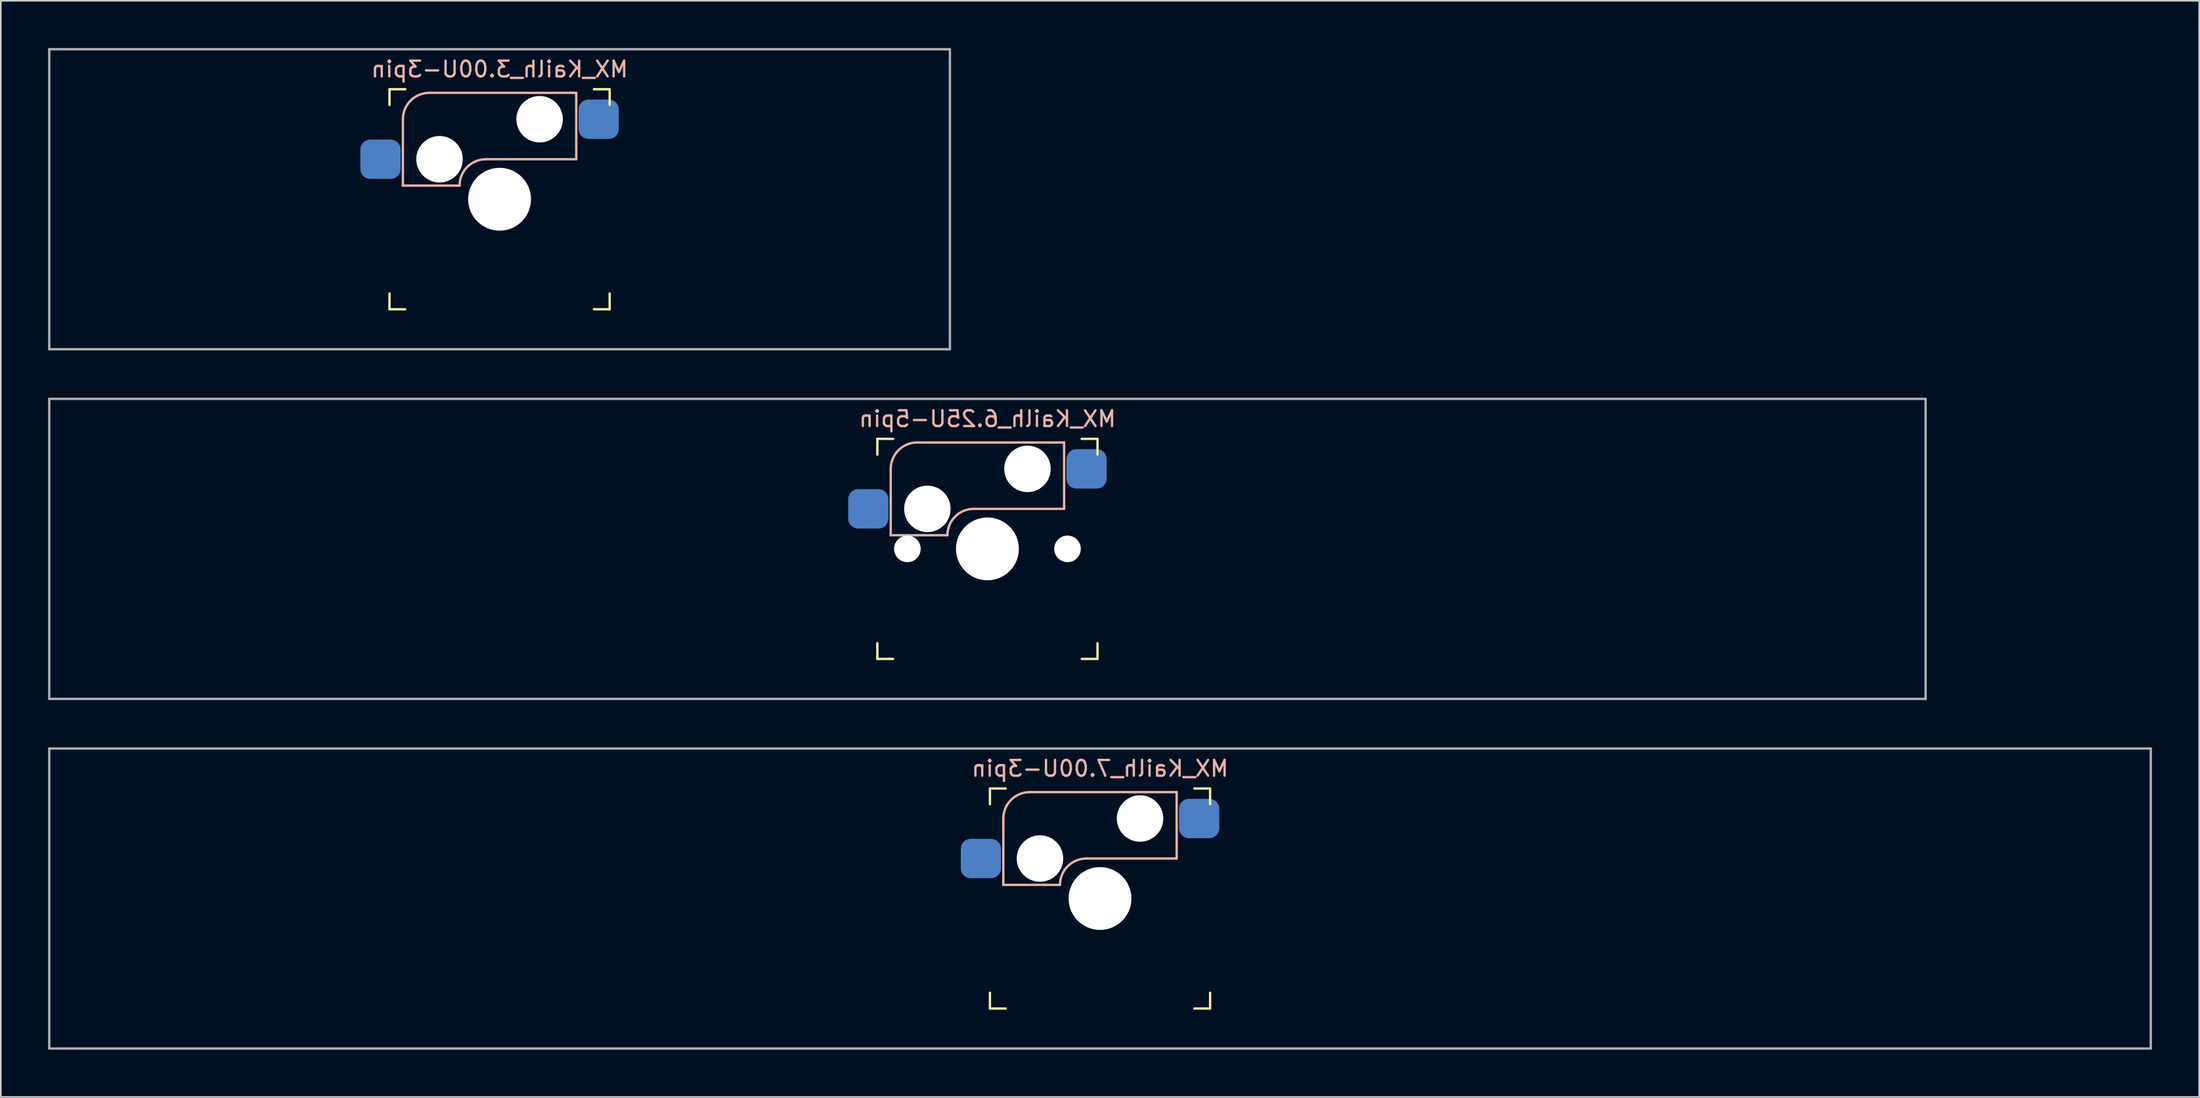
<source format=kicad_pcb>
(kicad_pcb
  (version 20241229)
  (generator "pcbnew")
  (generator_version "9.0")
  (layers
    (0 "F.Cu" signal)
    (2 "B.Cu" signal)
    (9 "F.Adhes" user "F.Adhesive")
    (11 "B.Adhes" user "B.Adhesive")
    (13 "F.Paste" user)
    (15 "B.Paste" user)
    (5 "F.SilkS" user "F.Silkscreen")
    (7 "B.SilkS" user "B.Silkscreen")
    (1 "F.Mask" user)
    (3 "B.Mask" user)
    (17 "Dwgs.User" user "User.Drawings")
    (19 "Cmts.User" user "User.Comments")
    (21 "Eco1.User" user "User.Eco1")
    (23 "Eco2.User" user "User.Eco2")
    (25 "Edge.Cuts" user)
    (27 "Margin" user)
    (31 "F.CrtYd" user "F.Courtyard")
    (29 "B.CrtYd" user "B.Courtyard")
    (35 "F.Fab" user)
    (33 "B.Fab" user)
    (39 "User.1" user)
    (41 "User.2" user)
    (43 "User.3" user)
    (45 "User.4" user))
  (footprint "MX_Kailh_7.00U-3pin"
    (layer "F.Cu")
    (at 66.75 54)
    (property "Reference" "MX_Kailh_7.00U-3pin" (at 0 -8.255 0) (layer "B.SilkS") (effects (font (size 1 1) (thickness 0.15)) (justify mirror)))
    (attr smd)
    (fp_line (start -6.985 -5.985) (end -6.985 -6.985) (stroke (width 0.15) (type solid)) (layer "F.SilkS"))
    (fp_line (start -6.985 6.985) (end -6.985 5.985) (stroke (width 0.15) (type solid)) (layer "F.SilkS"))
    (fp_line (start -6.985 6.985) (end -5.985 6.985) (stroke (width 0.15) (type solid)) (layer "F.SilkS"))
    (fp_line (start -5.985 -6.985) (end -6.985 -6.985) (stroke (width 0.15) (type solid)) (layer "F.SilkS"))
    (fp_line (start 5.985 6.985) (end 6.985 6.985) (stroke (width 0.15) (type solid)) (layer "F.SilkS"))
    (fp_line (start 6.985 -6.985) (end 5.985 -6.985) (stroke (width 0.15) (type solid)) (layer "F.SilkS"))
    (fp_line (start 6.985 -6.985) (end 6.985 -5.985) (stroke (width 0.15) (type solid)) (layer "F.SilkS"))
    (fp_line (start 6.985 5.985) (end 6.985 6.985) (stroke (width 0.15) (type solid)) (layer "F.SilkS"))
    (fp_line (start -6.135 -5.08) (end -6.135 -0.865) (stroke (width 0.15) (type solid)) (layer "B.SilkS"))
    (fp_line (start -6.135 -0.865) (end -2.54 -0.865) (stroke (width 0.15) (type solid)) (layer "B.SilkS"))
    (fp_line (start -4.46 -6.755) (end 4.865 -6.755) (stroke (width 0.15) (type solid)) (layer "B.SilkS"))
    (fp_line (start -0.865 -2.54) (end 4.865 -2.54) (stroke (width 0.15) (type solid)) (layer "B.SilkS"))
    (fp_line (start 4.865 -6.755) (end 4.865 -2.54) (stroke (width 0.15) (type solid)) (layer "B.SilkS"))
    (fp_arc (start -6.135 -5.08) (mid -5.644404 -6.264404) (end -4.46 -6.755) (stroke (width 0.15) (type solid)) (layer "B.SilkS"))
    (fp_arc (start -2.54 -0.865) (mid -2.049404 -2.049404) (end -0.865 -2.54) (stroke (width 0.15) (type solid)) (layer "B.SilkS"))
    (fp_line (start -6.985 6.985) (end -6.985 -6.985) (stroke (width 0.15) (type solid)) (layer "Eco2.User"))
    (fp_line (start -6.985 6.985) (end 6.985 6.985) (stroke (width 0.15) (type solid)) (layer "Eco2.User"))
    (fp_line (start 6.985 -6.985) (end -6.985 -6.985) (stroke (width 0.15) (type solid)) (layer "Eco2.User"))
    (fp_line (start 6.985 -6.985) (end 6.985 6.985) (stroke (width 0.15) (type solid)) (layer "Eco2.User"))
    (fp_line (start -66.675 -9.525) (end 66.675 -9.525) (stroke (width 0.15) (type solid)) (layer "F.Fab"))
    (fp_line (start -66.675 9.525) (end -66.675 -9.525) (stroke (width 0.15) (type solid)) (layer "F.Fab"))
    (fp_line (start 66.675 -9.525) (end 66.675 9.525) (stroke (width 0.15) (type solid)) (layer "F.Fab"))
    (fp_line (start 66.675 9.525) (end -66.675 9.525) (stroke (width 0.15) (type solid)) (layer "F.Fab"))
    (pad "" np_thru_hole circle (at -3.81 -2.54) (size 2.95 2.95) (drill 2.95) (layers "*.Cu" "*.Mask"))
    (pad "" np_thru_hole circle (at 0 0) (size 3.988 3.988) (drill 3.988) (layers "*.Cu" "*.Mask"))
    (pad "" np_thru_hole circle (at 2.54 -5.08) (size 2.95 2.95) (drill 2.95) (layers "*.Cu" "*.Mask"))
    (pad "1" smd roundrect (at 6.29 -5.08) (size 2.55 2.5) (layers "B.Cu" "B.Mask" "B.Paste") (roundrect_rratio 0.25))
    (pad "2" smd roundrect (at -7.56 -2.54) (size 2.55 2.5) (layers "B.Cu" "B.Mask" "B.Paste") (roundrect_rratio 0.25)))
  (footprint "MX_Kailh_3.00U-3pin"
    (layer "F.Cu")
    (at 28.65 9.6)
    (property "Reference" "MX_Kailh_3.00U-3pin" (at 0 -8.255 0) (layer "B.SilkS") (effects (font (size 1 1) (thickness 0.15)) (justify mirror)))
    (attr smd)
    (fp_line (start -6.985 -5.985) (end -6.985 -6.985) (stroke (width 0.15) (type solid)) (layer "F.SilkS"))
    (fp_line (start -6.985 6.985) (end -6.985 5.985) (stroke (width 0.15) (type solid)) (layer "F.SilkS"))
    (fp_line (start -6.985 6.985) (end -5.985 6.985) (stroke (width 0.15) (type solid)) (layer "F.SilkS"))
    (fp_line (start -5.985 -6.985) (end -6.985 -6.985) (stroke (width 0.15) (type solid)) (layer "F.SilkS"))
    (fp_line (start 5.985 6.985) (end 6.985 6.985) (stroke (width 0.15) (type solid)) (layer "F.SilkS"))
    (fp_line (start 6.985 -6.985) (end 5.985 -6.985) (stroke (width 0.15) (type solid)) (layer "F.SilkS"))
    (fp_line (start 6.985 -6.985) (end 6.985 -5.985) (stroke (width 0.15) (type solid)) (layer "F.SilkS"))
    (fp_line (start 6.985 5.985) (end 6.985 6.985) (stroke (width 0.15) (type solid)) (layer "F.SilkS"))
    (fp_line (start -6.135 -5.08) (end -6.135 -0.865) (stroke (width 0.15) (type solid)) (layer "B.SilkS"))
    (fp_line (start -6.135 -0.865) (end -2.54 -0.865) (stroke (width 0.15) (type solid)) (layer "B.SilkS"))
    (fp_line (start -4.46 -6.755) (end 4.865 -6.755) (stroke (width 0.15) (type solid)) (layer "B.SilkS"))
    (fp_line (start -0.865 -2.54) (end 4.865 -2.54) (stroke (width 0.15) (type solid)) (layer "B.SilkS"))
    (fp_line (start 4.865 -6.755) (end 4.865 -2.54) (stroke (width 0.15) (type solid)) (layer "B.SilkS"))
    (fp_arc (start -6.135 -5.08) (mid -5.644404 -6.264404) (end -4.46 -6.755) (stroke (width 0.15) (type solid)) (layer "B.SilkS"))
    (fp_arc (start -2.54 -0.865) (mid -2.049404 -2.049404) (end -0.865 -2.54) (stroke (width 0.15) (type solid)) (layer "B.SilkS"))
    (fp_line (start -6.985 6.985) (end -6.985 -6.985) (stroke (width 0.15) (type solid)) (layer "Eco2.User"))
    (fp_line (start -6.985 6.985) (end 6.985 6.985) (stroke (width 0.15) (type solid)) (layer "Eco2.User"))
    (fp_line (start 6.985 -6.985) (end -6.985 -6.985) (stroke (width 0.15) (type solid)) (layer "Eco2.User"))
    (fp_line (start 6.985 -6.985) (end 6.985 6.985) (stroke (width 0.15) (type solid)) (layer "Eco2.User"))
    (fp_line (start -28.575 -9.525) (end 28.575 -9.525) (stroke (width 0.15) (type solid)) (layer "F.Fab"))
    (fp_line (start -28.575 9.525) (end -28.575 -9.525) (stroke (width 0.15) (type solid)) (layer "F.Fab"))
    (fp_line (start 28.575 -9.525) (end 28.575 9.525) (stroke (width 0.15) (type solid)) (layer "F.Fab"))
    (fp_line (start 28.575 9.525) (end -28.575 9.525) (stroke (width 0.15) (type solid)) (layer "F.Fab"))
    (pad "" np_thru_hole circle (at -3.81 -2.54) (size 2.95 2.95) (drill 2.95) (layers "*.Cu" "*.Mask"))
    (pad "" np_thru_hole circle (at 0 0) (size 3.988 3.988) (drill 3.988) (layers "*.Cu" "*.Mask"))
    (pad "" np_thru_hole circle (at 2.54 -5.08) (size 2.95 2.95) (drill 2.95) (layers "*.Cu" "*.Mask"))
    (pad "1" smd roundrect (at 6.29 -5.08) (size 2.55 2.5) (layers "B.Cu" "B.Mask" "B.Paste") (roundrect_rratio 0.25))
    (pad "2" smd roundrect (at -7.56 -2.54) (size 2.55 2.5) (layers "B.Cu" "B.Mask" "B.Paste") (roundrect_rratio 0.25)))
  (footprint "MX_Kailh_6.25U-5pin"
    (layer "F.Cu")
    (at 59.606 31.8)
    (property "Reference" "MX_Kailh_6.25U-5pin" (at 0 -8.255 0) (layer "B.SilkS") (effects (font (size 1 1) (thickness 0.15)) (justify mirror)))
    (attr smd)
    (fp_line (start -6.985 -5.985) (end -6.985 -6.985) (stroke (width 0.15) (type solid)) (layer "F.SilkS"))
    (fp_line (start -6.985 6.985) (end -6.985 5.985) (stroke (width 0.15) (type solid)) (layer "F.SilkS"))
    (fp_line (start -6.985 6.985) (end -5.985 6.985) (stroke (width 0.15) (type solid)) (layer "F.SilkS"))
    (fp_line (start -5.985 -6.985) (end -6.985 -6.985) (stroke (width 0.15) (type solid)) (layer "F.SilkS"))
    (fp_line (start 5.985 6.985) (end 6.985 6.985) (stroke (width 0.15) (type solid)) (layer "F.SilkS"))
    (fp_line (start 6.985 -6.985) (end 5.985 -6.985) (stroke (width 0.15) (type solid)) (layer "F.SilkS"))
    (fp_line (start 6.985 -6.985) (end 6.985 -5.985) (stroke (width 0.15) (type solid)) (layer "F.SilkS"))
    (fp_line (start 6.985 5.985) (end 6.985 6.985) (stroke (width 0.15) (type solid)) (layer "F.SilkS"))
    (fp_line (start -6.135 -5.08) (end -6.135 -0.865) (stroke (width 0.15) (type solid)) (layer "B.SilkS"))
    (fp_line (start -6.135 -0.865) (end -2.54 -0.865) (stroke (width 0.15) (type solid)) (layer "B.SilkS"))
    (fp_line (start -4.46 -6.755) (end 4.865 -6.755) (stroke (width 0.15) (type solid)) (layer "B.SilkS"))
    (fp_line (start -0.865 -2.54) (end 4.865 -2.54) (stroke (width 0.15) (type solid)) (layer "B.SilkS"))
    (fp_line (start 4.865 -6.755) (end 4.865 -2.54) (stroke (width 0.15) (type solid)) (layer "B.SilkS"))
    (fp_arc (start -6.135 -5.08) (mid -5.644404 -6.264404) (end -4.46 -6.755) (stroke (width 0.15) (type solid)) (layer "B.SilkS"))
    (fp_arc (start -2.54 -0.865) (mid -2.049404 -2.049404) (end -0.865 -2.54) (stroke (width 0.15) (type solid)) (layer "B.SilkS"))
    (fp_line (start -6.985 6.985) (end -6.985 -6.985) (stroke (width 0.15) (type solid)) (layer "Eco2.User"))
    (fp_line (start -6.985 6.985) (end 6.985 6.985) (stroke (width 0.15) (type solid)) (layer "Eco2.User"))
    (fp_line (start 6.985 -6.985) (end -6.985 -6.985) (stroke (width 0.15) (type solid)) (layer "Eco2.User"))
    (fp_line (start 6.985 -6.985) (end 6.985 6.985) (stroke (width 0.15) (type solid)) (layer "Eco2.User"))
    (fp_line (start -59.531 -9.525) (end 59.531 -9.525) (stroke (width 0.15) (type solid)) (layer "F.Fab"))
    (fp_line (start -59.531 9.525) (end -59.531 -9.525) (stroke (width 0.15) (type solid)) (layer "F.Fab"))
    (fp_line (start 59.531 -9.525) (end 59.531 9.525) (stroke (width 0.15) (type solid)) (layer "F.Fab"))
    (fp_line (start 59.531 9.525) (end -59.531 9.525) (stroke (width 0.15) (type solid)) (layer "F.Fab"))
    (pad "" np_thru_hole circle (at -5.08 0) (size 1.688 1.688) (drill 1.688) (layers "*.Cu" "*.Mask"))
    (pad "" np_thru_hole circle (at -3.81 -2.54) (size 2.95 2.95) (drill 2.95) (layers "*.Cu" "*.Mask"))
    (pad "" np_thru_hole circle (at 0 0) (size 3.988 3.988) (drill 3.988) (layers "*.Cu" "*.Mask"))
    (pad "" np_thru_hole circle (at 2.54 -5.08) (size 2.95 2.95) (drill 2.95) (layers "*.Cu" "*.Mask"))
    (pad "" np_thru_hole circle (at 5.08 0) (size 1.688 1.688) (drill 1.688) (layers "*.Cu" "*.Mask"))
    (pad "1" smd roundrect (at 6.29 -5.08) (size 2.55 2.5) (layers "B.Cu" "B.Mask" "B.Paste") (roundrect_rratio 0.25))
    (pad "2" smd roundrect (at -7.56 -2.54) (size 2.55 2.5) (layers "B.Cu" "B.Mask" "B.Paste") (roundrect_rratio 0.25)))
  (gr_rect
    (start -3 -3)
    (end 136.5 66.6)
    (stroke (width 0.1) (type default))
    (fill no)
    (layer "Edge.Cuts")))
</source>
